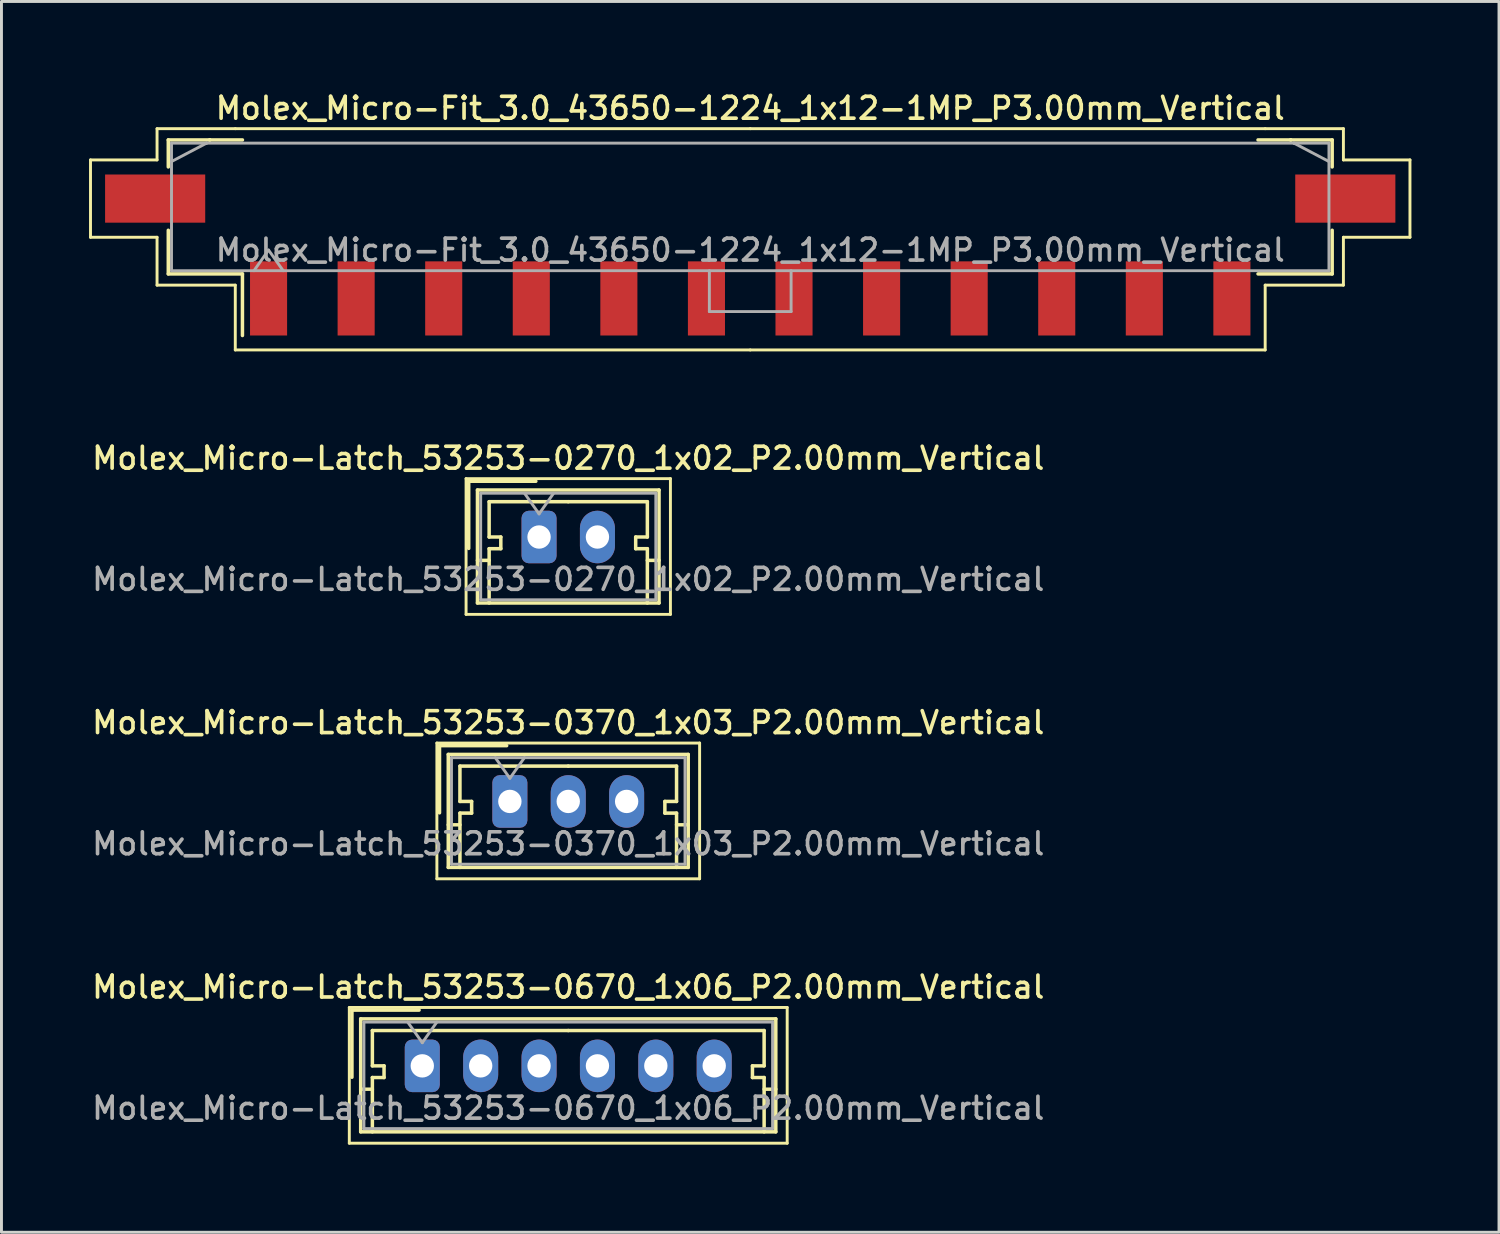
<source format=kicad_pcb>
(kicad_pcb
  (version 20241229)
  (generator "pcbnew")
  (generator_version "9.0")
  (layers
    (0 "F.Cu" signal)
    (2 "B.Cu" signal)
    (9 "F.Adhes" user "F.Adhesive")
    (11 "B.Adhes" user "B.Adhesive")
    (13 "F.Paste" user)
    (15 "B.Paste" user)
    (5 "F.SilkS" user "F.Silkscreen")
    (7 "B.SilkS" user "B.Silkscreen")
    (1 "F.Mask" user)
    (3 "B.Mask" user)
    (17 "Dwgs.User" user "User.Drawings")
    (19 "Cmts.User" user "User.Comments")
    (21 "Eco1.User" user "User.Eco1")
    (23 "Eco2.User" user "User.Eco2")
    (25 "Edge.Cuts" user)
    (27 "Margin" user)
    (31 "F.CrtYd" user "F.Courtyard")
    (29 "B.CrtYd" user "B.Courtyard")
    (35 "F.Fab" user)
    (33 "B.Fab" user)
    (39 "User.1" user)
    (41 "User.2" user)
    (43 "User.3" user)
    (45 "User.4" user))
  (footprint "Molex_Micro-Latch_53253-0270_1x02_P2.00mm_Vertical"
    (layer "F.Cu")
    (at 15.416 15.346)
    (property "Reference" "Molex_Micro-Latch_53253-0270_1x02_P2.00mm_Vertical" (at 1 -2.7 0) (layer "F.SilkS") (effects (font (size 0.75 0.75) (thickness 0.125))))
    (attr through_hole)
    (fp_line (start -2.5 -2) (end -2.5 2.65) (stroke (width 0.1) (type solid)) (layer "F.SilkS"))
    (fp_line (start -2.5 2.65) (end 4.5 2.65) (stroke (width 0.1) (type solid)) (layer "F.SilkS"))
    (fp_line (start -2.41 -1.91) (end -2.41 0.39) (stroke (width 0.12) (type solid)) (layer "F.SilkS"))
    (fp_line (start -2.11 -1.61) (end -2.11 2.26) (stroke (width 0.12) (type solid)) (layer "F.SilkS"))
    (fp_line (start -2.11 0.8) (end -1.71 0.8) (stroke (width 0.12) (type solid)) (layer "F.SilkS"))
    (fp_line (start -2.11 2.26) (end 4.11 2.26) (stroke (width 0.12) (type solid)) (layer "F.SilkS"))
    (fp_line (start -1.71 -1.21) (end -1.71 0) (stroke (width 0.12) (type solid)) (layer "F.SilkS"))
    (fp_line (start -1.71 0) (end -1.31 0) (stroke (width 0.12) (type solid)) (layer "F.SilkS"))
    (fp_line (start -1.71 0.4) (end -1.71 2.26) (stroke (width 0.12) (type solid)) (layer "F.SilkS"))
    (fp_line (start -1.31 0) (end -1.31 0.4) (stroke (width 0.12) (type solid)) (layer "F.SilkS"))
    (fp_line (start -1.31 0.4) (end -1.71 0.4) (stroke (width 0.12) (type solid)) (layer "F.SilkS"))
    (fp_line (start -0.11 -1.91) (end -2.41 -1.91) (stroke (width 0.12) (type solid)) (layer "F.SilkS"))
    (fp_line (start 1 -1.21) (end -1.71 -1.21) (stroke (width 0.12) (type solid)) (layer "F.SilkS"))
    (fp_line (start 1 -1.21) (end 3.71 -1.21) (stroke (width 0.12) (type solid)) (layer "F.SilkS"))
    (fp_line (start 3.31 0) (end 3.31 0.4) (stroke (width 0.12) (type solid)) (layer "F.SilkS"))
    (fp_line (start 3.31 0.4) (end 3.71 0.4) (stroke (width 0.12) (type solid)) (layer "F.SilkS"))
    (fp_line (start 3.71 -1.21) (end 3.71 0) (stroke (width 0.12) (type solid)) (layer "F.SilkS"))
    (fp_line (start 3.71 0) (end 3.31 0) (stroke (width 0.12) (type solid)) (layer "F.SilkS"))
    (fp_line (start 3.71 0.4) (end 3.71 2.26) (stroke (width 0.12) (type solid)) (layer "F.SilkS"))
    (fp_line (start 4.11 -1.61) (end -2.11 -1.61) (stroke (width 0.12) (type solid)) (layer "F.SilkS"))
    (fp_line (start 4.11 0.8) (end 3.71 0.8) (stroke (width 0.12) (type solid)) (layer "F.SilkS"))
    (fp_line (start 4.11 2.26) (end 4.11 -1.61) (stroke (width 0.12) (type solid)) (layer "F.SilkS"))
    (fp_line (start 4.5 -2) (end -2.5 -2) (stroke (width 0.1) (type solid)) (layer "F.SilkS"))
    (fp_line (start 4.5 2.65) (end 4.5 -2) (stroke (width 0.1) (type solid)) (layer "F.SilkS"))
    (fp_line (start -2 -1.5) (end -2 2.15) (stroke (width 0.1) (type solid)) (layer "F.Fab"))
    (fp_line (start -2 2.15) (end 4 2.15) (stroke (width 0.1) (type solid)) (layer "F.Fab"))
    (fp_line (start -0.5 -1.5) (end 0 -0.793) (stroke (width 0.1) (type solid)) (layer "F.Fab"))
    (fp_line (start 0 -0.793) (end 0.5 -1.5) (stroke (width 0.1) (type solid)) (layer "F.Fab"))
    (fp_line (start 4 -1.5) (end -2 -1.5) (stroke (width 0.1) (type solid)) (layer "F.Fab"))
    (fp_line (start 4 2.15) (end 4 -1.5) (stroke (width 0.1) (type solid)) (layer "F.Fab"))
    (fp_text user "${REFERENCE}" (at 1 1.45 0) (layer "F.Fab") (effects (font (size 0.75 0.75) (thickness 0.125))))
    (pad "1" thru_hole roundrect (at 0 0) (size 1.2 1.8) (drill 0.8) (layers "*.Cu" "*.Mask") (roundrect_rratio 0.208))
    (pad "2" thru_hole oval (at 2 0) (size 1.2 1.8) (drill 0.8) (layers "*.Cu" "*.Mask")))
  (footprint "Molex_Micro-Latch_53253-0670_1x06_P2.00mm_Vertical"
    (layer "F.Cu")
    (at 11.416 33.462)
    (property "Reference" "Molex_Micro-Latch_53253-0670_1x06_P2.00mm_Vertical" (at 5 -2.7 0) (layer "F.SilkS") (effects (font (size 0.75 0.75) (thickness 0.125))))
    (attr through_hole)
    (fp_line (start -2.5 -2) (end -2.5 2.65) (stroke (width 0.1) (type solid)) (layer "F.SilkS"))
    (fp_line (start -2.5 2.65) (end 12.5 2.65) (stroke (width 0.1) (type solid)) (layer "F.SilkS"))
    (fp_line (start -2.41 -1.91) (end -2.41 0.39) (stroke (width 0.12) (type solid)) (layer "F.SilkS"))
    (fp_line (start -2.11 -1.61) (end -2.11 2.26) (stroke (width 0.12) (type solid)) (layer "F.SilkS"))
    (fp_line (start -2.11 0.8) (end -1.71 0.8) (stroke (width 0.12) (type solid)) (layer "F.SilkS"))
    (fp_line (start -2.11 2.26) (end 12.11 2.26) (stroke (width 0.12) (type solid)) (layer "F.SilkS"))
    (fp_line (start -1.71 -1.21) (end -1.71 0) (stroke (width 0.12) (type solid)) (layer "F.SilkS"))
    (fp_line (start -1.71 0) (end -1.31 0) (stroke (width 0.12) (type solid)) (layer "F.SilkS"))
    (fp_line (start -1.71 0.4) (end -1.71 2.26) (stroke (width 0.12) (type solid)) (layer "F.SilkS"))
    (fp_line (start -1.31 0) (end -1.31 0.4) (stroke (width 0.12) (type solid)) (layer "F.SilkS"))
    (fp_line (start -1.31 0.4) (end -1.71 0.4) (stroke (width 0.12) (type solid)) (layer "F.SilkS"))
    (fp_line (start -0.11 -1.91) (end -2.41 -1.91) (stroke (width 0.12) (type solid)) (layer "F.SilkS"))
    (fp_line (start 5 -1.21) (end -1.71 -1.21) (stroke (width 0.12) (type solid)) (layer "F.SilkS"))
    (fp_line (start 5 -1.21) (end 11.71 -1.21) (stroke (width 0.12) (type solid)) (layer "F.SilkS"))
    (fp_line (start 11.31 0) (end 11.31 0.4) (stroke (width 0.12) (type solid)) (layer "F.SilkS"))
    (fp_line (start 11.31 0.4) (end 11.71 0.4) (stroke (width 0.12) (type solid)) (layer "F.SilkS"))
    (fp_line (start 11.71 -1.21) (end 11.71 0) (stroke (width 0.12) (type solid)) (layer "F.SilkS"))
    (fp_line (start 11.71 0) (end 11.31 0) (stroke (width 0.12) (type solid)) (layer "F.SilkS"))
    (fp_line (start 11.71 0.4) (end 11.71 2.26) (stroke (width 0.12) (type solid)) (layer "F.SilkS"))
    (fp_line (start 12.11 -1.61) (end -2.11 -1.61) (stroke (width 0.12) (type solid)) (layer "F.SilkS"))
    (fp_line (start 12.11 0.8) (end 11.71 0.8) (stroke (width 0.12) (type solid)) (layer "F.SilkS"))
    (fp_line (start 12.11 2.26) (end 12.11 -1.61) (stroke (width 0.12) (type solid)) (layer "F.SilkS"))
    (fp_line (start 12.5 -2) (end -2.5 -2) (stroke (width 0.1) (type solid)) (layer "F.SilkS"))
    (fp_line (start 12.5 2.65) (end 12.5 -2) (stroke (width 0.1) (type solid)) (layer "F.SilkS"))
    (fp_line (start -2 -1.5) (end -2 2.15) (stroke (width 0.1) (type solid)) (layer "F.Fab"))
    (fp_line (start -2 2.15) (end 12 2.15) (stroke (width 0.1) (type solid)) (layer "F.Fab"))
    (fp_line (start -0.5 -1.5) (end 0 -0.793) (stroke (width 0.1) (type solid)) (layer "F.Fab"))
    (fp_line (start 0 -0.793) (end 0.5 -1.5) (stroke (width 0.1) (type solid)) (layer "F.Fab"))
    (fp_line (start 12 -1.5) (end -2 -1.5) (stroke (width 0.1) (type solid)) (layer "F.Fab"))
    (fp_line (start 12 2.15) (end 12 -1.5) (stroke (width 0.1) (type solid)) (layer "F.Fab"))
    (fp_text user "${REFERENCE}" (at 5 1.45 0) (layer "F.Fab") (effects (font (size 0.75 0.75) (thickness 0.125))))
    (pad "1" thru_hole roundrect (at 0 0) (size 1.2 1.8) (drill 0.8) (layers "*.Cu" "*.Mask") (roundrect_rratio 0.208))
    (pad "2" thru_hole oval (at 2 0) (size 1.2 1.8) (drill 0.8) (layers "*.Cu" "*.Mask"))
    (pad "3" thru_hole oval (at 4 0) (size 1.2 1.8) (drill 0.8) (layers "*.Cu" "*.Mask"))
    (pad "4" thru_hole oval (at 6 0) (size 1.2 1.8) (drill 0.8) (layers "*.Cu" "*.Mask"))
    (pad "5" thru_hole oval (at 8 0) (size 1.2 1.8) (drill 0.8) (layers "*.Cu" "*.Mask"))
    (pad "6" thru_hole oval (at 10 0) (size 1.2 1.8) (drill 0.8) (layers "*.Cu" "*.Mask")))
  (footprint "Molex_Micro-Latch_53253-0370_1x03_P2.00mm_Vertical"
    (layer "F.Cu")
    (at 14.416 24.404)
    (property "Reference" "Molex_Micro-Latch_53253-0370_1x03_P2.00mm_Vertical" (at 2 -2.7 0) (layer "F.SilkS") (effects (font (size 0.75 0.75) (thickness 0.125))))
    (attr through_hole)
    (fp_line (start -2.5 -2) (end -2.5 2.65) (stroke (width 0.1) (type solid)) (layer "F.SilkS"))
    (fp_line (start -2.5 2.65) (end 6.5 2.65) (stroke (width 0.1) (type solid)) (layer "F.SilkS"))
    (fp_line (start -2.41 -1.91) (end -2.41 0.39) (stroke (width 0.12) (type solid)) (layer "F.SilkS"))
    (fp_line (start -2.11 -1.61) (end -2.11 2.26) (stroke (width 0.12) (type solid)) (layer "F.SilkS"))
    (fp_line (start -2.11 0.8) (end -1.71 0.8) (stroke (width 0.12) (type solid)) (layer "F.SilkS"))
    (fp_line (start -2.11 2.26) (end 6.11 2.26) (stroke (width 0.12) (type solid)) (layer "F.SilkS"))
    (fp_line (start -1.71 -1.21) (end -1.71 0) (stroke (width 0.12) (type solid)) (layer "F.SilkS"))
    (fp_line (start -1.71 0) (end -1.31 0) (stroke (width 0.12) (type solid)) (layer "F.SilkS"))
    (fp_line (start -1.71 0.4) (end -1.71 2.26) (stroke (width 0.12) (type solid)) (layer "F.SilkS"))
    (fp_line (start -1.31 0) (end -1.31 0.4) (stroke (width 0.12) (type solid)) (layer "F.SilkS"))
    (fp_line (start -1.31 0.4) (end -1.71 0.4) (stroke (width 0.12) (type solid)) (layer "F.SilkS"))
    (fp_line (start -0.11 -1.91) (end -2.41 -1.91) (stroke (width 0.12) (type solid)) (layer "F.SilkS"))
    (fp_line (start 2 -1.21) (end -1.71 -1.21) (stroke (width 0.12) (type solid)) (layer "F.SilkS"))
    (fp_line (start 2 -1.21) (end 5.71 -1.21) (stroke (width 0.12) (type solid)) (layer "F.SilkS"))
    (fp_line (start 5.31 0) (end 5.31 0.4) (stroke (width 0.12) (type solid)) (layer "F.SilkS"))
    (fp_line (start 5.31 0.4) (end 5.71 0.4) (stroke (width 0.12) (type solid)) (layer "F.SilkS"))
    (fp_line (start 5.71 -1.21) (end 5.71 0) (stroke (width 0.12) (type solid)) (layer "F.SilkS"))
    (fp_line (start 5.71 0) (end 5.31 0) (stroke (width 0.12) (type solid)) (layer "F.SilkS"))
    (fp_line (start 5.71 0.4) (end 5.71 2.26) (stroke (width 0.12) (type solid)) (layer "F.SilkS"))
    (fp_line (start 6.11 -1.61) (end -2.11 -1.61) (stroke (width 0.12) (type solid)) (layer "F.SilkS"))
    (fp_line (start 6.11 0.8) (end 5.71 0.8) (stroke (width 0.12) (type solid)) (layer "F.SilkS"))
    (fp_line (start 6.11 2.26) (end 6.11 -1.61) (stroke (width 0.12) (type solid)) (layer "F.SilkS"))
    (fp_line (start 6.5 -2) (end -2.5 -2) (stroke (width 0.1) (type solid)) (layer "F.SilkS"))
    (fp_line (start 6.5 2.65) (end 6.5 -2) (stroke (width 0.1) (type solid)) (layer "F.SilkS"))
    (fp_line (start -2 -1.5) (end -2 2.15) (stroke (width 0.1) (type solid)) (layer "F.Fab"))
    (fp_line (start -2 2.15) (end 6 2.15) (stroke (width 0.1) (type solid)) (layer "F.Fab"))
    (fp_line (start -0.5 -1.5) (end 0 -0.793) (stroke (width 0.1) (type solid)) (layer "F.Fab"))
    (fp_line (start 0 -0.793) (end 0.5 -1.5) (stroke (width 0.1) (type solid)) (layer "F.Fab"))
    (fp_line (start 6 -1.5) (end -2 -1.5) (stroke (width 0.1) (type solid)) (layer "F.Fab"))
    (fp_line (start 6 2.15) (end 6 -1.5) (stroke (width 0.1) (type solid)) (layer "F.Fab"))
    (fp_text user "${REFERENCE}" (at 2 1.45 0) (layer "F.Fab") (effects (font (size 0.75 0.75) (thickness 0.125))))
    (pad "1" thru_hole roundrect (at 0 0) (size 1.2 1.8) (drill 0.8) (layers "*.Cu" "*.Mask") (roundrect_rratio 0.208))
    (pad "2" thru_hole oval (at 2 0) (size 1.2 1.8) (drill 0.8) (layers "*.Cu" "*.Mask"))
    (pad "3" thru_hole oval (at 4 0) (size 1.2 1.8) (drill 0.8) (layers "*.Cu" "*.Mask")))
  (footprint "Molex_Micro-Fit_3.0_43650-1224_1x12-1MP_P3.00mm_Vertical"
    (layer "F.Cu")
    (at 22.65 4.038)
    (property "Reference" "Molex_Micro-Fit_3.0_43650-1224_1x12-1MP_P3.00mm_Vertical" (at 0 -3.38 0) (layer "F.SilkS") (effects (font (size 0.75 0.75) (thickness 0.125))))
    (attr smd)
    (fp_line (start -22.6 -1.61) (end -22.6 1.04) (stroke (width 0.1) (type solid)) (layer "F.SilkS"))
    (fp_line (start -22.6 1.04) (end -20.32 1.04) (stroke (width 0.1) (type solid)) (layer "F.SilkS"))
    (fp_line (start -20.32 -2.68) (end -20.32 -1.61) (stroke (width 0.1) (type solid)) (layer "F.SilkS"))
    (fp_line (start -20.32 -1.61) (end -22.6 -1.61) (stroke (width 0.1) (type solid)) (layer "F.SilkS"))
    (fp_line (start -20.32 1.04) (end -20.32 2.68) (stroke (width 0.1) (type solid)) (layer "F.SilkS"))
    (fp_line (start -20.32 2.68) (end -17.64 2.68) (stroke (width 0.1) (type solid)) (layer "F.SilkS"))
    (fp_line (start -19.935 -2.295) (end -18.515 -2.295) (stroke (width 0.12) (type solid)) (layer "F.SilkS"))
    (fp_line (start -19.935 -1.37) (end -19.935 -2.295) (stroke (width 0.12) (type solid)) (layer "F.SilkS"))
    (fp_line (start -19.935 0.8) (end -19.935 2.295) (stroke (width 0.12) (type solid)) (layer "F.SilkS"))
    (fp_line (start -19.935 2.295) (end -17.395 2.295) (stroke (width 0.12) (type solid)) (layer "F.SilkS"))
    (fp_line (start -18.515 -2.295) (end -18.515 -2.295) (stroke (width 0.12) (type solid)) (layer "F.SilkS"))
    (fp_line (start -18.515 -2.295) (end -17.395 -2.295) (stroke (width 0.12) (type solid)) (layer "F.SilkS"))
    (fp_line (start -17.64 -2.68) (end -20.32 -2.68) (stroke (width 0.1) (type solid)) (layer "F.SilkS"))
    (fp_line (start -17.64 2.68) (end -17.64 4.9) (stroke (width 0.1) (type solid)) (layer "F.SilkS"))
    (fp_line (start -17.64 4.9) (end 0 4.9) (stroke (width 0.1) (type solid)) (layer "F.SilkS"))
    (fp_line (start -17.395 2.295) (end -17.395 4.405) (stroke (width 0.12) (type solid)) (layer "F.SilkS"))
    (fp_line (start 0 -2.68) (end -17.64 -2.68) (stroke (width 0.1) (type solid)) (layer "F.SilkS"))
    (fp_line (start 0 -2.68) (end 17.64 -2.68) (stroke (width 0.1) (type solid)) (layer "F.SilkS"))
    (fp_line (start 17.64 -2.68) (end 20.32 -2.68) (stroke (width 0.1) (type solid)) (layer "F.SilkS"))
    (fp_line (start 17.64 2.68) (end 17.64 4.9) (stroke (width 0.1) (type solid)) (layer "F.SilkS"))
    (fp_line (start 17.64 4.9) (end 0 4.9) (stroke (width 0.1) (type solid)) (layer "F.SilkS"))
    (fp_line (start 18.515 -2.295) (end 17.395 -2.295) (stroke (width 0.12) (type solid)) (layer "F.SilkS"))
    (fp_line (start 18.515 -2.295) (end 18.515 -2.295) (stroke (width 0.12) (type solid)) (layer "F.SilkS"))
    (fp_line (start 19.935 -2.295) (end 18.515 -2.295) (stroke (width 0.12) (type solid)) (layer "F.SilkS"))
    (fp_line (start 19.935 -1.37) (end 19.935 -2.295) (stroke (width 0.12) (type solid)) (layer "F.SilkS"))
    (fp_line (start 19.935 0.8) (end 19.935 2.295) (stroke (width 0.12) (type solid)) (layer "F.SilkS"))
    (fp_line (start 19.935 2.295) (end 17.395 2.295) (stroke (width 0.12) (type solid)) (layer "F.SilkS"))
    (fp_line (start 20.32 -2.68) (end 20.32 -1.61) (stroke (width 0.1) (type solid)) (layer "F.SilkS"))
    (fp_line (start 20.32 -1.61) (end 22.6 -1.61) (stroke (width 0.1) (type solid)) (layer "F.SilkS"))
    (fp_line (start 20.32 1.04) (end 20.32 2.68) (stroke (width 0.1) (type solid)) (layer "F.SilkS"))
    (fp_line (start 20.32 2.68) (end 17.64 2.68) (stroke (width 0.1) (type solid)) (layer "F.SilkS"))
    (fp_line (start 22.6 -1.61) (end 22.6 1.04) (stroke (width 0.1) (type solid)) (layer "F.SilkS"))
    (fp_line (start 22.6 1.04) (end 20.32 1.04) (stroke (width 0.1) (type solid)) (layer "F.SilkS"))
    (fp_line (start -19.825 -2.185) (end -19.825 2.185) (stroke (width 0.1) (type solid)) (layer "F.Fab"))
    (fp_line (start -19.825 -1.555) (end -18.625 -2.185) (stroke (width 0.1) (type solid)) (layer "F.Fab"))
    (fp_line (start -19.825 2.185) (end 19.825 2.185) (stroke (width 0.1) (type solid)) (layer "F.Fab"))
    (fp_line (start -18.625 -2.185) (end -19.825 -2.185) (stroke (width 0.1) (type solid)) (layer "F.Fab"))
    (fp_line (start -18.625 -2.185) (end -18.625 -2.185) (stroke (width 0.1) (type solid)) (layer "F.Fab"))
    (fp_line (start -17 2.185) (end -16.5 1.478) (stroke (width 0.1) (type solid)) (layer "F.Fab"))
    (fp_line (start -16.5 1.478) (end -16 2.185) (stroke (width 0.1) (type solid)) (layer "F.Fab"))
    (fp_line (start -1.4 2.185) (end -1.4 3.585) (stroke (width 0.1) (type solid)) (layer "F.Fab"))
    (fp_line (start -1.4 3.585) (end 1.4 3.585) (stroke (width 0.1) (type solid)) (layer "F.Fab"))
    (fp_line (start 1.4 3.585) (end 1.4 2.185) (stroke (width 0.1) (type solid)) (layer "F.Fab"))
    (fp_line (start 18.625 -2.185) (end -18.625 -2.185) (stroke (width 0.1) (type solid)) (layer "F.Fab"))
    (fp_line (start 18.625 -2.185) (end 18.625 -2.185) (stroke (width 0.1) (type solid)) (layer "F.Fab"))
    (fp_line (start 19.825 -2.185) (end 18.625 -2.185) (stroke (width 0.1) (type solid)) (layer "F.Fab"))
    (fp_line (start 19.825 -1.555) (end 18.625 -2.185) (stroke (width 0.1) (type solid)) (layer "F.Fab"))
    (fp_line (start 19.825 2.185) (end 19.825 -2.185) (stroke (width 0.1) (type solid)) (layer "F.Fab"))
    (fp_text user "${REFERENCE}" (at 0 1.48 0) (layer "F.Fab") (effects (font (size 0.75 0.75) (thickness 0.125))))
    (pad "1" smd rect (at -16.5 3.135) (size 1.27 2.54) (layers "F.Cu" "F.Mask" "F.Paste"))
    (pad "2" smd rect (at -13.5 3.135) (size 1.27 2.54) (layers "F.Cu" "F.Mask" "F.Paste"))
    (pad "3" smd rect (at -10.5 3.135) (size 1.27 2.54) (layers "F.Cu" "F.Mask" "F.Paste"))
    (pad "4" smd rect (at -7.5 3.135) (size 1.27 2.54) (layers "F.Cu" "F.Mask" "F.Paste"))
    (pad "5" smd rect (at -4.5 3.135) (size 1.27 2.54) (layers "F.Cu" "F.Mask" "F.Paste"))
    (pad "6" smd rect (at -1.5 3.135) (size 1.27 2.54) (layers "F.Cu" "F.Mask" "F.Paste"))
    (pad "7" smd rect (at 1.5 3.135) (size 1.27 2.54) (layers "F.Cu" "F.Mask" "F.Paste"))
    (pad "8" smd rect (at 4.5 3.135) (size 1.27 2.54) (layers "F.Cu" "F.Mask" "F.Paste"))
    (pad "9" smd rect (at 7.5 3.135) (size 1.27 2.54) (layers "F.Cu" "F.Mask" "F.Paste"))
    (pad "10" smd rect (at 10.5 3.135) (size 1.27 2.54) (layers "F.Cu" "F.Mask" "F.Paste"))
    (pad "11" smd rect (at 13.5 3.135) (size 1.27 2.54) (layers "F.Cu" "F.Mask" "F.Paste"))
    (pad "12" smd rect (at 16.5 3.135) (size 1.27 2.54) (layers "F.Cu" "F.Mask" "F.Paste"))
    (pad "MP" smd rect (at -20.385 -0.285) (size 3.43 1.65) (layers "F.Cu" "F.Mask" "F.Paste"))
    (pad "MP" smd rect (at 20.385 -0.285) (size 3.43 1.65) (layers "F.Cu" "F.Mask" "F.Paste")))
  (gr_rect
    (start -3 -3)
    (end 48.3 39.163)
    (stroke (width 0.1) (type default))
    (fill no)
    (layer "Edge.Cuts")))
</source>
